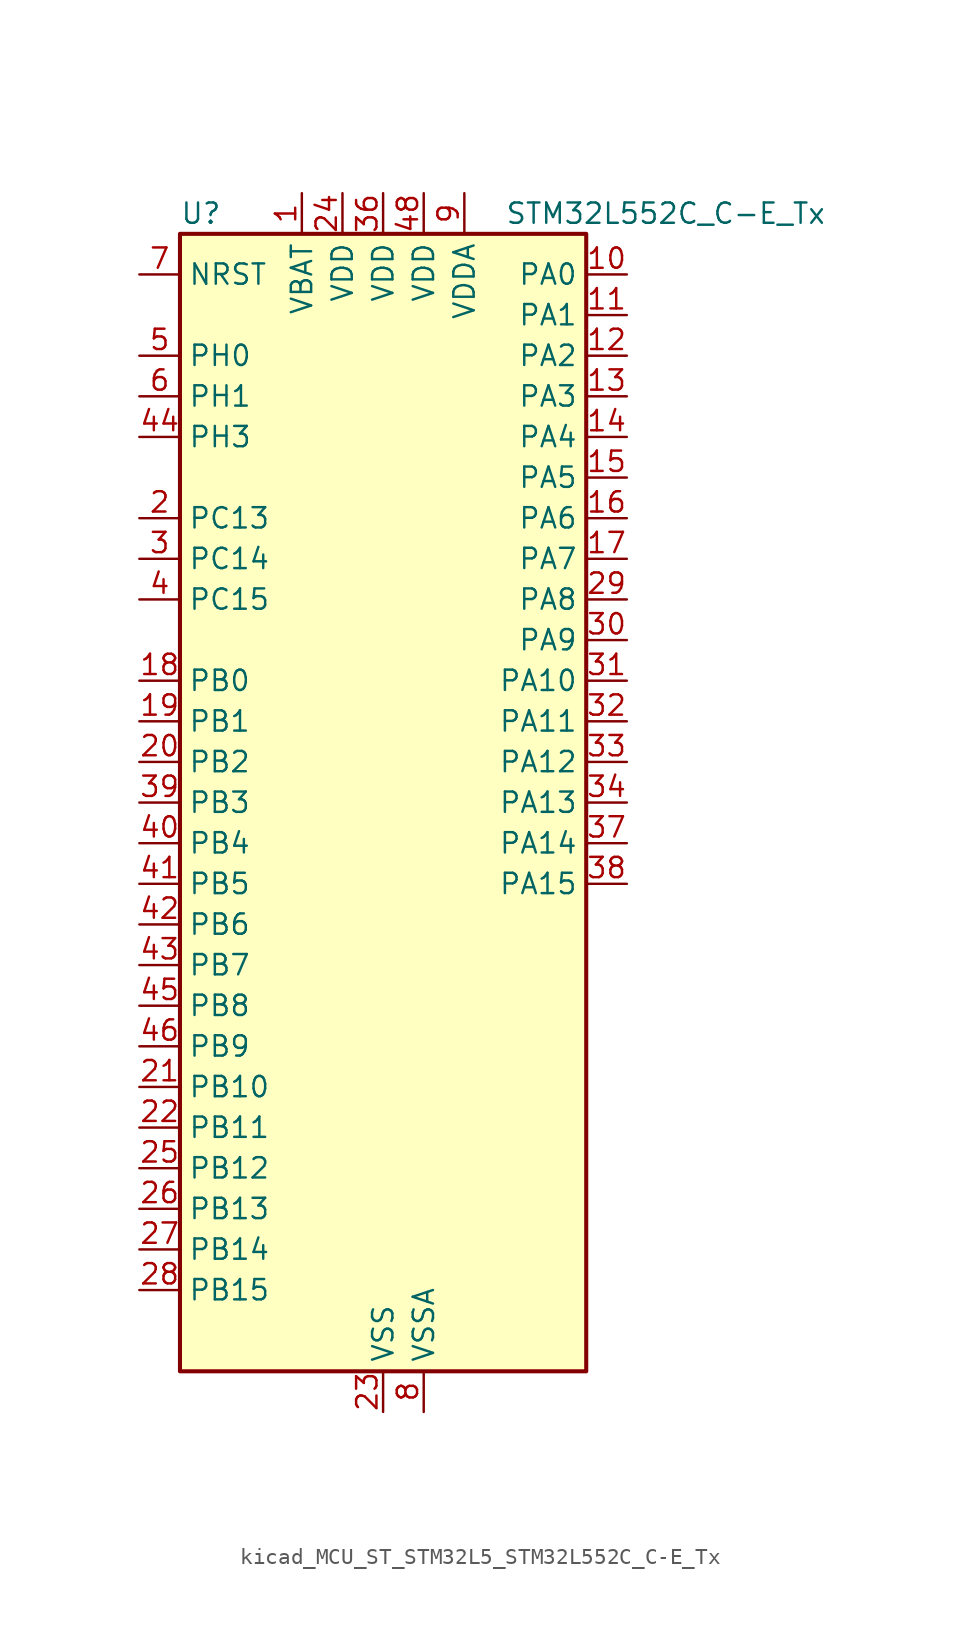
<source format=kicad_sym>
(kicad_symbol_lib
  (version 20220914)
  (generator kicad_symbol_editor)
  (symbol "kicad_MCU_ST_STM32L5_STM32L552C_C-E_Tx"
    (property "Reference" "U"
      (at -12.7 36.83 0)
      (effects (font (size 1.27 1.27)) (justify left)))
    (property "Value" "STM32L552C_C-E_Tx"
      (at 7.62 36.83 0)
      (effects (font (size 1.27 1.27)) (justify left)))
    (property "ki_locked" ""
      (at 0 0 0)
      (effects (font (size 1.27 1.27))))
    (symbol "kicad_MCU_ST_STM32L5_STM32L552C_C-E_Tx_0_1"
      (rectangle (start -12.7 -35.56) (end 12.7 35.56) (stroke (width 0.254) (type default)) (fill (type background))))
    (symbol "kicad_MCU_ST_STM32L5_STM32L552C_C-E_Tx_1_1"
      (pin power_in line (at -5.08 38.1 270) (length 2.54) (name "VBAT" (effects (font (size 1.27 1.27)))) (number "1" (effects (font (size 1.27 1.27)))))
      (pin bidirectional line (at 15.24 33.02 180) (length 2.54) (name "PA0" (effects (font (size 1.27 1.27)))) (number "10" (effects (font (size 1.27 1.27)))) (alternate "ADC1_IN5" bidirectional line) (alternate "ADC2_IN5" bidirectional line) (alternate "OPAMP1_VINP" bidirectional line) (alternate "PWR_WKUP1" bidirectional line) (alternate "SAI1_EXTCLK" bidirectional line) (alternate "TAMP_IN2" bidirectional line) (alternate "TAMP_OUT1" bidirectional line) (alternate "TIM2_CH1" bidirectional line) (alternate "TIM2_ETR" bidirectional line) (alternate "TIM5_CH1" bidirectional line) (alternate "TIM8_ETR" bidirectional line) (alternate "UART4_TX" bidirectional line) (alternate "USART2_CTS" bidirectional line) (alternate "USART2_NSS" bidirectional line))
      (pin bidirectional line (at 15.24 30.48 180) (length 2.54) (name "PA1" (effects (font (size 1.27 1.27)))) (number "11" (effects (font (size 1.27 1.27)))) (alternate "ADC1_IN6" bidirectional line) (alternate "ADC2_IN6" bidirectional line) (alternate "I2C1_SMBA" bidirectional line) (alternate "OCTOSPI1_DQS" bidirectional line) (alternate "OPAMP1_VINM" bidirectional line) (alternate "SPI1_SCK" bidirectional line) (alternate "TAMP_IN5" bidirectional line) (alternate "TAMP_OUT4" bidirectional line) (alternate "TIM15_CH1N" bidirectional line) (alternate "TIM2_CH2" bidirectional line) (alternate "TIM5_CH2" bidirectional line) (alternate "UART4_RX" bidirectional line) (alternate "USART2_DE" bidirectional line) (alternate "USART2_RTS" bidirectional line))
      (pin bidirectional line (at 15.24 27.94 180) (length 2.54) (name "PA2" (effects (font (size 1.27 1.27)))) (number "12" (effects (font (size 1.27 1.27)))) (alternate "ADC1_IN7" bidirectional line) (alternate "ADC2_IN7" bidirectional line) (alternate "COMP1_INP" bidirectional line) (alternate "LPUART1_TX" bidirectional line) (alternate "OCTOSPI1_NCS" bidirectional line) (alternate "PWR_WKUP4" bidirectional line) (alternate "RCC_LSCO" bidirectional line) (alternate "SAI2_EXTCLK" bidirectional line) (alternate "TIM15_CH1" bidirectional line) (alternate "TIM2_CH3" bidirectional line) (alternate "TIM5_CH3" bidirectional line) (alternate "UCPD1_FRSTX1" bidirectional line) (alternate "USART2_TX" bidirectional line))
      (pin bidirectional line (at 15.24 25.4 180) (length 2.54) (name "PA3" (effects (font (size 1.27 1.27)))) (number "13" (effects (font (size 1.27 1.27)))) (alternate "ADC1_IN8" bidirectional line) (alternate "ADC2_IN8" bidirectional line) (alternate "LPUART1_RX" bidirectional line) (alternate "OCTOSPI1_CLK" bidirectional line) (alternate "OPAMP1_VOUT" bidirectional line) (alternate "SAI1_CK1" bidirectional line) (alternate "SAI1_MCLK_A" bidirectional line) (alternate "TIM15_CH2" bidirectional line) (alternate "TIM2_CH4" bidirectional line) (alternate "TIM5_CH4" bidirectional line) (alternate "USART2_RX" bidirectional line))
      (pin bidirectional line (at 15.24 22.86 180) (length 2.54) (name "PA4" (effects (font (size 1.27 1.27)))) (number "14" (effects (font (size 1.27 1.27)))) (alternate "ADC1_IN9" bidirectional line) (alternate "ADC2_IN9" bidirectional line) (alternate "DAC1_OUT1" bidirectional line) (alternate "LPTIM2_OUT" bidirectional line) (alternate "OCTOSPI1_NCS" bidirectional line) (alternate "SAI1_FS_B" bidirectional line) (alternate "SPI1_NSS" bidirectional line) (alternate "SPI3_NSS" bidirectional line) (alternate "USART2_CK" bidirectional line))
      (pin bidirectional line (at 15.24 20.32 180) (length 2.54) (name "PA5" (effects (font (size 1.27 1.27)))) (number "15" (effects (font (size 1.27 1.27)))) (alternate "ADC1_IN10" bidirectional line) (alternate "ADC2_IN10" bidirectional line) (alternate "DAC1_OUT2" bidirectional line) (alternate "LPTIM2_ETR" bidirectional line) (alternate "SPI1_SCK" bidirectional line) (alternate "TIM2_CH1" bidirectional line) (alternate "TIM2_ETR" bidirectional line) (alternate "TIM8_CH1N" bidirectional line))
      (pin bidirectional line (at 15.24 17.78 180) (length 2.54) (name "PA6" (effects (font (size 1.27 1.27)))) (number "16" (effects (font (size 1.27 1.27)))) (alternate "ADC1_IN11" bidirectional line) (alternate "ADC2_IN11" bidirectional line) (alternate "LPUART1_CTS" bidirectional line) (alternate "OCTOSPI1_IO3" bidirectional line) (alternate "OPAMP2_VINP" bidirectional line) (alternate "SPI1_MISO" bidirectional line) (alternate "TIM16_CH1" bidirectional line) (alternate "TIM1_BKIN" bidirectional line) (alternate "TIM3_CH1" bidirectional line) (alternate "TIM8_BKIN" bidirectional line) (alternate "USART3_CTS" bidirectional line) (alternate "USART3_NSS" bidirectional line))
      (pin bidirectional line (at 15.24 15.24 180) (length 2.54) (name "PA7" (effects (font (size 1.27 1.27)))) (number "17" (effects (font (size 1.27 1.27)))) (alternate "ADC1_IN12" bidirectional line) (alternate "ADC2_IN12" bidirectional line) (alternate "I2C3_SCL" bidirectional line) (alternate "OCTOSPI1_IO2" bidirectional line) (alternate "OPAMP2_VINM" bidirectional line) (alternate "SPI1_MOSI" bidirectional line) (alternate "TIM17_CH1" bidirectional line) (alternate "TIM1_CH1N" bidirectional line) (alternate "TIM3_CH2" bidirectional line) (alternate "TIM8_CH1N" bidirectional line))
      (pin bidirectional line (at -15.24 7.62 0) (length 2.54) (name "PB0" (effects (font (size 1.27 1.27)))) (number "18" (effects (font (size 1.27 1.27)))) (alternate "ADC1_IN15" bidirectional line) (alternate "ADC2_IN15" bidirectional line) (alternate "COMP1_OUT" bidirectional line) (alternate "OCTOSPI1_IO1" bidirectional line) (alternate "OPAMP2_VOUT" bidirectional line) (alternate "SAI1_EXTCLK" bidirectional line) (alternate "SPI1_NSS" bidirectional line) (alternate "TIM1_CH2N" bidirectional line) (alternate "TIM3_CH3" bidirectional line) (alternate "TIM8_CH2N" bidirectional line) (alternate "USART3_CK" bidirectional line))
      (pin bidirectional line (at -15.24 5.08 0) (length 2.54) (name "PB1" (effects (font (size 1.27 1.27)))) (number "19" (effects (font (size 1.27 1.27)))) (alternate "ADC1_IN16" bidirectional line) (alternate "ADC2_IN16" bidirectional line) (alternate "COMP1_INM" bidirectional line) (alternate "DFSDM1_DATIN0" bidirectional line) (alternate "LPTIM2_IN1" bidirectional line) (alternate "LPUART1_DE" bidirectional line) (alternate "LPUART1_RTS" bidirectional line) (alternate "OCTOSPI1_IO0" bidirectional line) (alternate "TIM1_CH3N" bidirectional line) (alternate "TIM3_CH4" bidirectional line) (alternate "TIM8_CH3N" bidirectional line) (alternate "USART3_DE" bidirectional line) (alternate "USART3_RTS" bidirectional line))
      (pin bidirectional line (at -15.24 17.78 0) (length 2.54) (name "PC13" (effects (font (size 1.27 1.27)))) (number "2" (effects (font (size 1.27 1.27)))) (alternate "PWR_WKUP2" bidirectional line) (alternate "RTC_OUT1" bidirectional line) (alternate "RTC_TS" bidirectional line) (alternate "TAMP_IN1" bidirectional line) (alternate "TAMP_OUT2" bidirectional line))
      (pin bidirectional line (at -15.24 2.54 0) (length 2.54) (name "PB2" (effects (font (size 1.27 1.27)))) (number "20" (effects (font (size 1.27 1.27)))) (alternate "COMP1_INP" bidirectional line) (alternate "DFSDM1_CKIN0" bidirectional line) (alternate "I2C3_SMBA" bidirectional line) (alternate "LPTIM1_OUT" bidirectional line) (alternate "OCTOSPI1_DQS" bidirectional line) (alternate "RTC_OUT2" bidirectional line) (alternate "UCPD1_FRSTX1" bidirectional line))
      (pin bidirectional line (at -15.24 -17.78 0) (length 2.54) (name "PB10" (effects (font (size 1.27 1.27)))) (number "21" (effects (font (size 1.27 1.27)))) (alternate "COMP1_OUT" bidirectional line) (alternate "I2C2_SCL" bidirectional line) (alternate "I2C4_SCL" bidirectional line) (alternate "LPTIM3_OUT" bidirectional line) (alternate "LPUART1_RX" bidirectional line) (alternate "OCTOSPI1_CLK" bidirectional line) (alternate "SAI1_SCK_A" bidirectional line) (alternate "SPI2_SCK" bidirectional line) (alternate "TIM2_CH3" bidirectional line) (alternate "TSC_SYNC" bidirectional line) (alternate "USART3_TX" bidirectional line))
      (pin bidirectional line (at -15.24 -20.32 0) (length 2.54) (name "PB11" (effects (font (size 1.27 1.27)))) (number "22" (effects (font (size 1.27 1.27)))) (alternate "ADC1_EXTI11" bidirectional line) (alternate "ADC2_EXTI11" bidirectional line) (alternate "COMP2_OUT" bidirectional line) (alternate "I2C2_SDA" bidirectional line) (alternate "I2C4_SDA" bidirectional line) (alternate "LPUART1_TX" bidirectional line) (alternate "OCTOSPI1_NCS" bidirectional line) (alternate "TIM2_CH4" bidirectional line) (alternate "USART3_RX" bidirectional line))
      (pin power_in line (at 0 -38.1 90) (length 2.54) (name "VSS" (effects (font (size 1.27 1.27)))) (number "23" (effects (font (size 1.27 1.27)))))
      (pin power_in line (at -2.54 38.1 270) (length 2.54) (name "VDD" (effects (font (size 1.27 1.27)))) (number "24" (effects (font (size 1.27 1.27)))))
      (pin bidirectional line (at -15.24 -22.86 0) (length 2.54) (name "PB12" (effects (font (size 1.27 1.27)))) (number "25" (effects (font (size 1.27 1.27)))) (alternate "DFSDM1_DATIN1" bidirectional line) (alternate "I2C2_SMBA" bidirectional line) (alternate "LPUART1_DE" bidirectional line) (alternate "LPUART1_RTS" bidirectional line) (alternate "OCTOSPI1_NCLK" bidirectional line) (alternate "SAI2_FS_A" bidirectional line) (alternate "SPI2_NSS" bidirectional line) (alternate "TIM15_BKIN" bidirectional line) (alternate "TIM1_BKIN" bidirectional line) (alternate "TSC_G1_IO1" bidirectional line) (alternate "USART3_CK" bidirectional line))
      (pin bidirectional line (at -15.24 -25.4 0) (length 2.54) (name "PB13" (effects (font (size 1.27 1.27)))) (number "26" (effects (font (size 1.27 1.27)))) (alternate "DFSDM1_CKIN1" bidirectional line) (alternate "I2C2_SCL" bidirectional line) (alternate "LPTIM3_IN1" bidirectional line) (alternate "LPUART1_CTS" bidirectional line) (alternate "SAI2_SCK_A" bidirectional line) (alternate "SPI2_SCK" bidirectional line) (alternate "TIM15_CH1N" bidirectional line) (alternate "TIM1_CH1N" bidirectional line) (alternate "TSC_G1_IO2" bidirectional line) (alternate "UCPD1_FRSTX2" bidirectional line) (alternate "USART3_CTS" bidirectional line) (alternate "USART3_NSS" bidirectional line))
      (pin bidirectional line (at -15.24 -27.94 0) (length 2.54) (name "PB14" (effects (font (size 1.27 1.27)))) (number "27" (effects (font (size 1.27 1.27)))) (alternate "DFSDM1_DATIN2" bidirectional line) (alternate "I2C2_SDA" bidirectional line) (alternate "LPTIM3_ETR" bidirectional line) (alternate "SAI2_MCLK_A" bidirectional line) (alternate "SPI2_MISO" bidirectional line) (alternate "TIM15_CH1" bidirectional line) (alternate "TIM1_CH2N" bidirectional line) (alternate "TIM8_CH2N" bidirectional line) (alternate "TSC_G1_IO3" bidirectional line) (alternate "UCPD1_DBCC2" bidirectional line) (alternate "USART3_DE" bidirectional line) (alternate "USART3_RTS" bidirectional line))
      (pin bidirectional line (at -15.24 -30.48 0) (length 2.54) (name "PB15" (effects (font (size 1.27 1.27)))) (number "28" (effects (font (size 1.27 1.27)))) (alternate "ADC1_EXTI15" bidirectional line) (alternate "ADC2_EXTI15" bidirectional line) (alternate "DFSDM1_CKIN2" bidirectional line) (alternate "RTC_REFIN" bidirectional line) (alternate "SAI2_SD_A" bidirectional line) (alternate "SPI2_MOSI" bidirectional line) (alternate "TIM15_CH2" bidirectional line) (alternate "TIM1_CH3N" bidirectional line) (alternate "TIM8_CH3N" bidirectional line) (alternate "UCPD1_CC2" bidirectional line))
      (pin bidirectional line (at 15.24 12.7 180) (length 2.54) (name "PA8" (effects (font (size 1.27 1.27)))) (number "29" (effects (font (size 1.27 1.27)))) (alternate "LPTIM2_OUT" bidirectional line) (alternate "RCC_MCO" bidirectional line) (alternate "SAI1_CK2" bidirectional line) (alternate "SAI1_SCK_A" bidirectional line) (alternate "TIM1_CH1" bidirectional line) (alternate "USART1_CK" bidirectional line))
      (pin bidirectional line (at -15.24 15.24 0) (length 2.54) (name "PC14" (effects (font (size 1.27 1.27)))) (number "3" (effects (font (size 1.27 1.27)))) (alternate "RCC_OSC32_IN" bidirectional line))
      (pin bidirectional line (at 15.24 10.16 180) (length 2.54) (name "PA9" (effects (font (size 1.27 1.27)))) (number "30" (effects (font (size 1.27 1.27)))) (alternate "DAC1_EXTI9" bidirectional line) (alternate "SAI1_FS_A" bidirectional line) (alternate "SPI2_SCK" bidirectional line) (alternate "TIM15_BKIN" bidirectional line) (alternate "TIM1_CH2" bidirectional line) (alternate "USART1_TX" bidirectional line))
      (pin bidirectional line (at 15.24 7.62 180) (length 2.54) (name "PA10" (effects (font (size 1.27 1.27)))) (number "31" (effects (font (size 1.27 1.27)))) (alternate "CRS_SYNC" bidirectional line) (alternate "SAI1_D1" bidirectional line) (alternate "SAI1_SD_A" bidirectional line) (alternate "TIM17_BKIN" bidirectional line) (alternate "TIM1_CH3" bidirectional line) (alternate "USART1_RX" bidirectional line))
      (pin bidirectional line (at 15.24 5.08 180) (length 2.54) (name "PA11" (effects (font (size 1.27 1.27)))) (number "32" (effects (font (size 1.27 1.27)))) (alternate "ADC1_EXTI11" bidirectional line) (alternate "ADC2_EXTI11" bidirectional line) (alternate "FDCAN1_RX" bidirectional line) (alternate "SPI1_MISO" bidirectional line) (alternate "TIM1_BKIN2" bidirectional line) (alternate "TIM1_CH4" bidirectional line) (alternate "USART1_CTS" bidirectional line) (alternate "USART1_NSS" bidirectional line) (alternate "USB_DM" bidirectional line))
      (pin bidirectional line (at 15.24 2.54 180) (length 2.54) (name "PA12" (effects (font (size 1.27 1.27)))) (number "33" (effects (font (size 1.27 1.27)))) (alternate "FDCAN1_TX" bidirectional line) (alternate "SPI1_MOSI" bidirectional line) (alternate "TIM1_ETR" bidirectional line) (alternate "USART1_DE" bidirectional line) (alternate "USART1_RTS" bidirectional line) (alternate "USB_DP" bidirectional line))
      (pin bidirectional line (at 15.24 0 180) (length 2.54) (name "PA13" (effects (font (size 1.27 1.27)))) (number "34" (effects (font (size 1.27 1.27)))) (alternate "DEBUG_JTMS-SWDIO" bidirectional line) (alternate "IR_OUT" bidirectional line) (alternate "SAI1_SD_B" bidirectional line) (alternate "USB_NOE" bidirectional line))
      (pin passive line (at 0 -38.1 90) (length 2.54) hide (name "VSS" (effects (font (size 1.27 1.27)))) (number "35" (effects (font (size 1.27 1.27)))))
      (pin power_in line (at 0 38.1 270) (length 2.54) (name "VDD" (effects (font (size 1.27 1.27)))) (number "36" (effects (font (size 1.27 1.27)))))
      (pin bidirectional line (at 15.24 -2.54 180) (length 2.54) (name "PA14" (effects (font (size 1.27 1.27)))) (number "37" (effects (font (size 1.27 1.27)))) (alternate "DEBUG_JTCK-SWCLK" bidirectional line) (alternate "I2C1_SMBA" bidirectional line) (alternate "I2C4_SMBA" bidirectional line) (alternate "LPTIM1_OUT" bidirectional line) (alternate "SAI1_FS_B" bidirectional line))
      (pin bidirectional line (at 15.24 -5.08 180) (length 2.54) (name "PA15" (effects (font (size 1.27 1.27)))) (number "38" (effects (font (size 1.27 1.27)))) (alternate "ADC1_EXTI15" bidirectional line) (alternate "ADC2_EXTI15" bidirectional line) (alternate "DEBUG_JTDI" bidirectional line) (alternate "SAI2_FS_B" bidirectional line) (alternate "SPI1_NSS" bidirectional line) (alternate "SPI3_NSS" bidirectional line) (alternate "TIM2_CH1" bidirectional line) (alternate "TIM2_ETR" bidirectional line) (alternate "UART4_DE" bidirectional line) (alternate "UART4_RTS" bidirectional line) (alternate "UCPD1_CC1" bidirectional line) (alternate "USART2_RX" bidirectional line) (alternate "USART3_DE" bidirectional line) (alternate "USART3_RTS" bidirectional line))
      (pin bidirectional line (at -15.24 0 0) (length 2.54) (name "PB3" (effects (font (size 1.27 1.27)))) (number "39" (effects (font (size 1.27 1.27)))) (alternate "COMP2_INM" bidirectional line) (alternate "CRS_SYNC" bidirectional line) (alternate "DEBUG_JTDO-SWO" bidirectional line) (alternate "SAI1_SCK_B" bidirectional line) (alternate "SPI1_SCK" bidirectional line) (alternate "SPI3_SCK" bidirectional line) (alternate "TIM2_CH2" bidirectional line) (alternate "USART1_DE" bidirectional line) (alternate "USART1_RTS" bidirectional line))
      (pin bidirectional line (at -15.24 12.7 0) (length 2.54) (name "PC15" (effects (font (size 1.27 1.27)))) (number "4" (effects (font (size 1.27 1.27)))) (alternate "ADC1_EXTI15" bidirectional line) (alternate "ADC2_EXTI15" bidirectional line) (alternate "RCC_OSC32_OUT" bidirectional line))
      (pin bidirectional line (at -15.24 -2.54 0) (length 2.54) (name "PB4" (effects (font (size 1.27 1.27)))) (number "40" (effects (font (size 1.27 1.27)))) (alternate "COMP2_INP" bidirectional line) (alternate "DEBUG_JTRST" bidirectional line) (alternate "I2C3_SDA" bidirectional line) (alternate "SAI1_MCLK_B" bidirectional line) (alternate "SPI1_MISO" bidirectional line) (alternate "SPI3_MISO" bidirectional line) (alternate "TIM17_BKIN" bidirectional line) (alternate "TIM3_CH1" bidirectional line) (alternate "TSC_G2_IO1" bidirectional line) (alternate "USART1_CTS" bidirectional line) (alternate "USART1_NSS" bidirectional line))
      (pin bidirectional line (at -15.24 -5.08 0) (length 2.54) (name "PB5" (effects (font (size 1.27 1.27)))) (number "41" (effects (font (size 1.27 1.27)))) (alternate "COMP2_OUT" bidirectional line) (alternate "I2C1_SMBA" bidirectional line) (alternate "LPTIM1_IN1" bidirectional line) (alternate "OCTOSPI1_NCLK" bidirectional line) (alternate "SAI1_SD_B" bidirectional line) (alternate "SPI1_MOSI" bidirectional line) (alternate "SPI3_MOSI" bidirectional line) (alternate "TIM16_BKIN" bidirectional line) (alternate "TIM3_CH2" bidirectional line) (alternate "TSC_G2_IO2" bidirectional line) (alternate "UCPD1_DBCC1" bidirectional line) (alternate "USART1_CK" bidirectional line))
      (pin bidirectional line (at -15.24 -7.62 0) (length 2.54) (name "PB6" (effects (font (size 1.27 1.27)))) (number "42" (effects (font (size 1.27 1.27)))) (alternate "COMP2_INP" bidirectional line) (alternate "I2C1_SCL" bidirectional line) (alternate "I2C4_SCL" bidirectional line) (alternate "LPTIM1_ETR" bidirectional line) (alternate "SAI1_FS_B" bidirectional line) (alternate "TIM16_CH1N" bidirectional line) (alternate "TIM4_CH1" bidirectional line) (alternate "TIM8_BKIN2" bidirectional line) (alternate "TSC_G2_IO3" bidirectional line) (alternate "USART1_TX" bidirectional line))
      (pin bidirectional line (at -15.24 -10.16 0) (length 2.54) (name "PB7" (effects (font (size 1.27 1.27)))) (number "43" (effects (font (size 1.27 1.27)))) (alternate "COMP2_INM" bidirectional line) (alternate "I2C1_SDA" bidirectional line) (alternate "I2C4_SDA" bidirectional line) (alternate "LPTIM1_IN2" bidirectional line) (alternate "PWR_PVD_IN" bidirectional line) (alternate "TIM17_CH1N" bidirectional line) (alternate "TIM4_CH2" bidirectional line) (alternate "TIM8_BKIN" bidirectional line) (alternate "TSC_G2_IO4" bidirectional line) (alternate "UART4_CTS" bidirectional line) (alternate "USART1_RX" bidirectional line))
      (pin bidirectional line (at -15.24 22.86 0) (length 2.54) (name "PH3" (effects (font (size 1.27 1.27)))) (number "44" (effects (font (size 1.27 1.27)))))
      (pin bidirectional line (at -15.24 -12.7 0) (length 2.54) (name "PB8" (effects (font (size 1.27 1.27)))) (number "45" (effects (font (size 1.27 1.27)))) (alternate "DFSDM1_CKOUT" bidirectional line) (alternate "FDCAN1_RX" bidirectional line) (alternate "I2C1_SCL" bidirectional line) (alternate "SAI1_CK1" bidirectional line) (alternate "SAI1_MCLK_A" bidirectional line) (alternate "TIM16_CH1" bidirectional line) (alternate "TIM4_CH3" bidirectional line))
      (pin bidirectional line (at -15.24 -15.24 0) (length 2.54) (name "PB9" (effects (font (size 1.27 1.27)))) (number "46" (effects (font (size 1.27 1.27)))) (alternate "DAC1_EXTI9" bidirectional line) (alternate "FDCAN1_TX" bidirectional line) (alternate "I2C1_SDA" bidirectional line) (alternate "IR_OUT" bidirectional line) (alternate "SAI1_D2" bidirectional line) (alternate "SAI1_FS_A" bidirectional line) (alternate "SPI2_NSS" bidirectional line) (alternate "TIM17_CH1" bidirectional line) (alternate "TIM4_CH4" bidirectional line))
      (pin passive line (at 0 -38.1 90) (length 2.54) hide (name "VSS" (effects (font (size 1.27 1.27)))) (number "47" (effects (font (size 1.27 1.27)))))
      (pin power_in line (at 2.54 38.1 270) (length 2.54) (name "VDD" (effects (font (size 1.27 1.27)))) (number "48" (effects (font (size 1.27 1.27)))))
      (pin bidirectional line (at -15.24 27.94 0) (length 2.54) (name "PH0" (effects (font (size 1.27 1.27)))) (number "5" (effects (font (size 1.27 1.27)))) (alternate "RCC_OSC_IN" bidirectional line))
      (pin bidirectional line (at -15.24 25.4 0) (length 2.54) (name "PH1" (effects (font (size 1.27 1.27)))) (number "6" (effects (font (size 1.27 1.27)))) (alternate "RCC_OSC_OUT" bidirectional line))
      (pin input line (at -15.24 33.02 0) (length 2.54) (name "NRST" (effects (font (size 1.27 1.27)))) (number "7" (effects (font (size 1.27 1.27)))))
      (pin power_in line (at 2.54 -38.1 90) (length 2.54) (name "VSSA" (effects (font (size 1.27 1.27)))) (number "8" (effects (font (size 1.27 1.27)))))
      (pin power_in line (at 5.08 38.1 270) (length 2.54) (name "VDDA" (effects (font (size 1.27 1.27)))) (number "9" (effects (font (size 1.27 1.27))))))))
</source>
